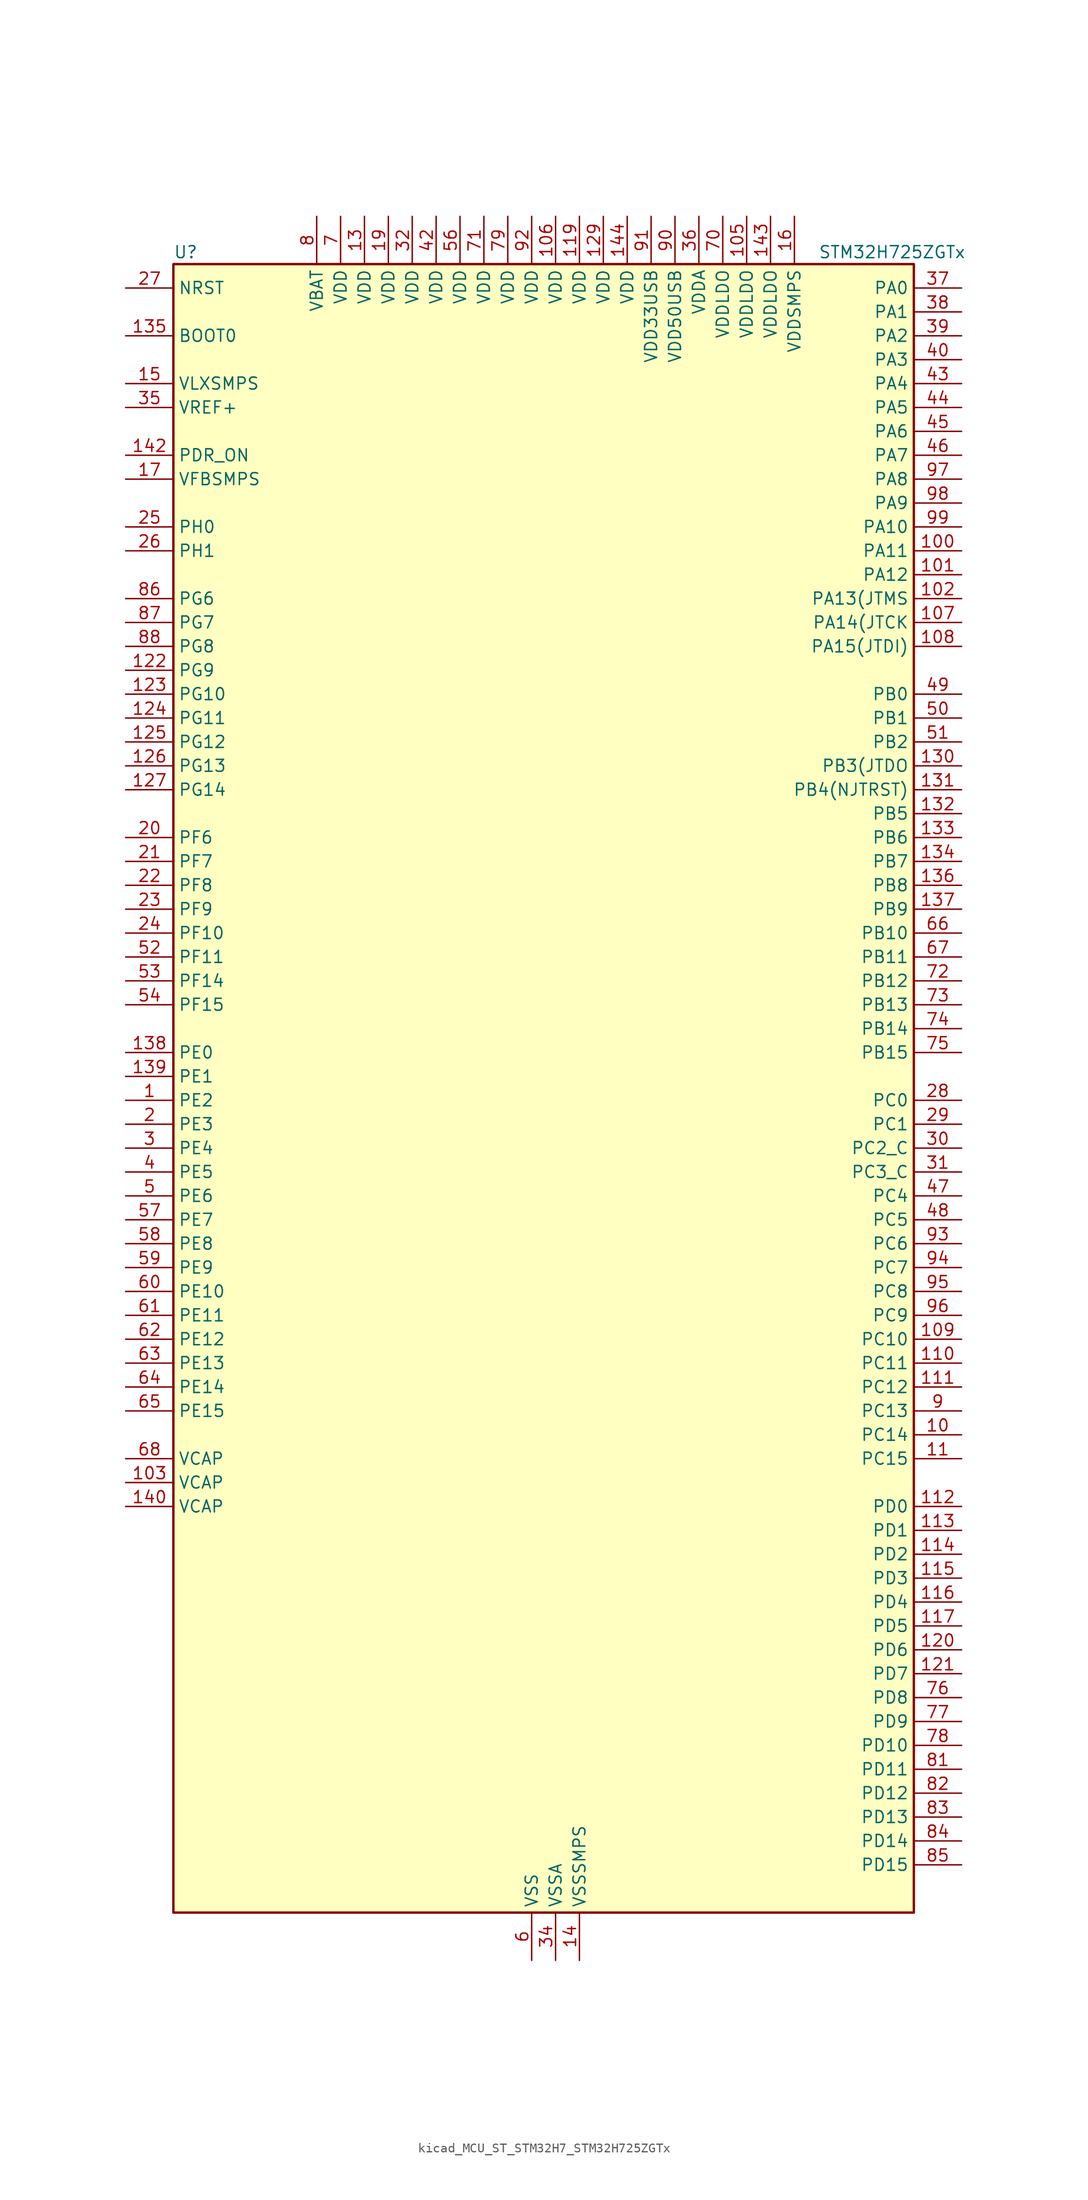
<source format=kicad_sym>
(kicad_symbol_lib
  (version 20220914)
  (generator kicad_symbol_editor)
  (symbol "kicad_MCU_ST_STM32H7_STM32H725ZGTx"
    (property "Reference" "U"
      (at -38.1 90.17 0)
      (effects (font (size 1.27 1.27)) (justify left)))
    (property "Value" "STM32H725ZGTx"
      (at 30.48 90.17 0)
      (effects (font (size 1.27 1.27)) (justify left)))
    (property "ki_locked" ""
      (at 0 0 0)
      (effects (font (size 1.27 1.27))))
    (symbol "kicad_MCU_ST_STM32H7_STM32H725ZGTx_0_1"
      (rectangle (start -38.1 -86.36) (end 40.64 88.9) (stroke (width 0.254) (type default)) (fill (type background))))
    (symbol "kicad_MCU_ST_STM32H7_STM32H725ZGTx_1_1"
      (pin bidirectional line (at -43.18 0 0) (length 5.08) (name "PE2" (effects (font (size 1.27 1.27)))) (number "1" (effects (font (size 1.27 1.27)))) (alternate "DEBUG_TRACECLK" bidirectional line) (alternate "ETH_TXD3" bidirectional line) (alternate "FMC_A23" bidirectional line) (alternate "OCTOSPIM_P1_IO2" bidirectional line) (alternate "SAI1_CK1" bidirectional line) (alternate "SAI1_MCLK_A" bidirectional line) (alternate "SAI4_CK1" bidirectional line) (alternate "SAI4_MCLK_A" bidirectional line) (alternate "SPI4_SCK" bidirectional line) (alternate "USART10_RX" bidirectional line))
      (pin bidirectional line (at 45.72 -35.56 180) (length 5.08) (name "PC14" (effects (font (size 1.27 1.27)))) (number "10" (effects (font (size 1.27 1.27)))) (alternate "RCC_OSC32_IN" bidirectional line))
      (pin bidirectional line (at 45.72 58.42 180) (length 5.08) (name "PA11" (effects (font (size 1.27 1.27)))) (number "100" (effects (font (size 1.27 1.27)))) (alternate "ADC1_EXTI11" bidirectional line) (alternate "ADC2_EXTI11" bidirectional line) (alternate "ADC3_EXTI11" bidirectional line) (alternate "FDCAN1_RX" bidirectional line) (alternate "I2S2_WS" bidirectional line) (alternate "LPUART1_CTS" bidirectional line) (alternate "LTDC_R4" bidirectional line) (alternate "SPI2_NSS" bidirectional line) (alternate "TIM1_CH4" bidirectional line) (alternate "UART4_RX" bidirectional line) (alternate "USART1_CTS" bidirectional line) (alternate "USART1_NSS" bidirectional line) (alternate "USB_OTG_HS_DM" bidirectional line))
      (pin bidirectional line (at 45.72 55.88 180) (length 5.08) (name "PA12" (effects (font (size 1.27 1.27)))) (number "101" (effects (font (size 1.27 1.27)))) (alternate "FDCAN1_TX" bidirectional line) (alternate "I2S2_CK" bidirectional line) (alternate "LPUART1_DE" bidirectional line) (alternate "LPUART1_RTS" bidirectional line) (alternate "LTDC_R5" bidirectional line) (alternate "SAI4_FS_B" bidirectional line) (alternate "SPI2_SCK" bidirectional line) (alternate "TIM1_BKIN2" bidirectional line) (alternate "TIM1_ETR" bidirectional line) (alternate "UART4_TX" bidirectional line) (alternate "USART1_DE" bidirectional line) (alternate "USART1_RTS" bidirectional line) (alternate "USB_OTG_HS_DP" bidirectional line))
      (pin bidirectional line (at 45.72 53.34 180) (length 5.08) (name "PA13(JTMS" (effects (font (size 1.27 1.27)))) (number "102" (effects (font (size 1.27 1.27)))) (alternate "DEBUG_JTMS-SWDIO" bidirectional line))
      (pin power_out line (at -43.18 -40.64 0) (length 5.08) (name "VCAP" (effects (font (size 1.27 1.27)))) (number "103" (effects (font (size 1.27 1.27)))))
      (pin passive line (at 0 -91.44 90) (length 5.08) hide (name "VSS" (effects (font (size 1.27 1.27)))) (number "104" (effects (font (size 1.27 1.27)))))
      (pin power_in line (at 22.86 93.98 270) (length 5.08) (name "VDDLDO" (effects (font (size 1.27 1.27)))) (number "105" (effects (font (size 1.27 1.27)))))
      (pin power_in line (at 2.54 93.98 270) (length 5.08) (name "VDD" (effects (font (size 1.27 1.27)))) (number "106" (effects (font (size 1.27 1.27)))))
      (pin bidirectional line (at 45.72 50.8 180) (length 5.08) (name "PA14(JTCK" (effects (font (size 1.27 1.27)))) (number "107" (effects (font (size 1.27 1.27)))) (alternate "DEBUG_JTCK-SWCLK" bidirectional line))
      (pin bidirectional line (at 45.72 48.26 180) (length 5.08) (name "PA15(JTDI)" (effects (font (size 1.27 1.27)))) (number "108" (effects (font (size 1.27 1.27)))) (alternate "ADC1_EXTI15" bidirectional line) (alternate "ADC2_EXTI15" bidirectional line) (alternate "ADC3_EXTI15" bidirectional line) (alternate "CEC" bidirectional line) (alternate "DEBUG_JTDI" bidirectional line) (alternate "I2S1_WS" bidirectional line) (alternate "I2S3_WS" bidirectional line) (alternate "I2S6_WS" bidirectional line) (alternate "LTDC_B6" bidirectional line) (alternate "LTDC_R3" bidirectional line) (alternate "SPI1_NSS" bidirectional line) (alternate "SPI3_NSS" bidirectional line) (alternate "SPI6_NSS" bidirectional line) (alternate "TIM2_CH1" bidirectional line) (alternate "TIM2_ETR" bidirectional line) (alternate "UART4_DE" bidirectional line) (alternate "UART4_RTS" bidirectional line) (alternate "UART7_TX" bidirectional line))
      (pin bidirectional line (at 45.72 -25.4 180) (length 5.08) (name "PC10" (effects (font (size 1.27 1.27)))) (number "109" (effects (font (size 1.27 1.27)))) (alternate "DCMI_D8" bidirectional line) (alternate "DFSDM1_CKIN5" bidirectional line) (alternate "I2C5_SDA" bidirectional line) (alternate "I2S3_CK" bidirectional line) (alternate "LTDC_B1" bidirectional line) (alternate "LTDC_R2" bidirectional line) (alternate "OCTOSPIM_P1_IO1" bidirectional line) (alternate "PSSI_D8" bidirectional line) (alternate "SDMMC1_D2" bidirectional line) (alternate "SPI3_SCK" bidirectional line) (alternate "SWPMI1_RX" bidirectional line) (alternate "UART4_TX" bidirectional line) (alternate "USART3_TX" bidirectional line))
      (pin bidirectional line (at 45.72 -38.1 180) (length 5.08) (name "PC15" (effects (font (size 1.27 1.27)))) (number "11" (effects (font (size 1.27 1.27)))) (alternate "ADC1_EXTI15" bidirectional line) (alternate "ADC2_EXTI15" bidirectional line) (alternate "ADC3_EXTI15" bidirectional line) (alternate "RCC_OSC32_OUT" bidirectional line))
      (pin bidirectional line (at 45.72 -27.94 180) (length 5.08) (name "PC11" (effects (font (size 1.27 1.27)))) (number "110" (effects (font (size 1.27 1.27)))) (alternate "ADC1_EXTI11" bidirectional line) (alternate "ADC2_EXTI11" bidirectional line) (alternate "ADC3_EXTI11" bidirectional line) (alternate "DCMI_D4" bidirectional line) (alternate "DFSDM1_DATIN5" bidirectional line) (alternate "I2C5_SCL" bidirectional line) (alternate "I2S3_SDI" bidirectional line) (alternate "LTDC_B4" bidirectional line) (alternate "OCTOSPIM_P1_NCS" bidirectional line) (alternate "PSSI_D4" bidirectional line) (alternate "SDMMC1_D3" bidirectional line) (alternate "SPI3_MISO" bidirectional line) (alternate "UART4_RX" bidirectional line) (alternate "USART3_RX" bidirectional line))
      (pin bidirectional line (at 45.72 -30.48 180) (length 5.08) (name "PC12" (effects (font (size 1.27 1.27)))) (number "111" (effects (font (size 1.27 1.27)))) (alternate "DCMI_D9" bidirectional line) (alternate "DEBUG_TRACED3" bidirectional line) (alternate "FMC_D6" bidirectional line) (alternate "FMC_DA6" bidirectional line) (alternate "I2C5_SMBA" bidirectional line) (alternate "I2S3_SDO" bidirectional line) (alternate "I2S6_CK" bidirectional line) (alternate "LTDC_R6" bidirectional line) (alternate "PSSI_D9" bidirectional line) (alternate "SDMMC1_CK" bidirectional line) (alternate "SPI3_MOSI" bidirectional line) (alternate "SPI6_SCK" bidirectional line) (alternate "TIM15_CH1" bidirectional line) (alternate "UART5_TX" bidirectional line) (alternate "USART3_CK" bidirectional line))
      (pin bidirectional line (at 45.72 -43.18 180) (length 5.08) (name "PD0" (effects (font (size 1.27 1.27)))) (number "112" (effects (font (size 1.27 1.27)))) (alternate "DFSDM1_CKIN6" bidirectional line) (alternate "FDCAN1_RX" bidirectional line) (alternate "FMC_D2" bidirectional line) (alternate "FMC_DA2" bidirectional line) (alternate "LTDC_B1" bidirectional line) (alternate "UART4_RX" bidirectional line) (alternate "UART9_CTS" bidirectional line))
      (pin bidirectional line (at 45.72 -45.72 180) (length 5.08) (name "PD1" (effects (font (size 1.27 1.27)))) (number "113" (effects (font (size 1.27 1.27)))) (alternate "DFSDM1_DATIN6" bidirectional line) (alternate "FDCAN1_TX" bidirectional line) (alternate "FMC_D3" bidirectional line) (alternate "FMC_DA3" bidirectional line) (alternate "UART4_TX" bidirectional line))
      (pin bidirectional line (at 45.72 -48.26 180) (length 5.08) (name "PD2" (effects (font (size 1.27 1.27)))) (number "114" (effects (font (size 1.27 1.27)))) (alternate "DCMI_D11" bidirectional line) (alternate "DEBUG_TRACED2" bidirectional line) (alternate "FMC_D7" bidirectional line) (alternate "FMC_DA7" bidirectional line) (alternate "LTDC_B2" bidirectional line) (alternate "LTDC_B7" bidirectional line) (alternate "PSSI_D11" bidirectional line) (alternate "SDMMC1_CMD" bidirectional line) (alternate "TIM15_BKIN" bidirectional line) (alternate "TIM3_ETR" bidirectional line) (alternate "UART5_RX" bidirectional line))
      (pin bidirectional line (at 45.72 -50.8 180) (length 5.08) (name "PD3" (effects (font (size 1.27 1.27)))) (number "115" (effects (font (size 1.27 1.27)))) (alternate "DCMI_D5" bidirectional line) (alternate "DFSDM1_CKOUT" bidirectional line) (alternate "FMC_CLK" bidirectional line) (alternate "I2S2_CK" bidirectional line) (alternate "LTDC_G7" bidirectional line) (alternate "PSSI_D5" bidirectional line) (alternate "SPI2_SCK" bidirectional line) (alternate "USART2_CTS" bidirectional line) (alternate "USART2_NSS" bidirectional line))
      (pin bidirectional line (at 45.72 -53.34 180) (length 5.08) (name "PD4" (effects (font (size 1.27 1.27)))) (number "116" (effects (font (size 1.27 1.27)))) (alternate "FMC_NOE" bidirectional line) (alternate "OCTOSPIM_P1_IO4" bidirectional line) (alternate "USART2_DE" bidirectional line) (alternate "USART2_RTS" bidirectional line))
      (pin bidirectional line (at 45.72 -55.88 180) (length 5.08) (name "PD5" (effects (font (size 1.27 1.27)))) (number "117" (effects (font (size 1.27 1.27)))) (alternate "FMC_NWE" bidirectional line) (alternate "OCTOSPIM_P1_IO5" bidirectional line) (alternate "USART2_TX" bidirectional line))
      (pin passive line (at 0 -91.44 90) (length 5.08) hide (name "VSS" (effects (font (size 1.27 1.27)))) (number "118" (effects (font (size 1.27 1.27)))))
      (pin power_in line (at 5.08 93.98 270) (length 5.08) (name "VDD" (effects (font (size 1.27 1.27)))) (number "119" (effects (font (size 1.27 1.27)))))
      (pin passive line (at 0 -91.44 90) (length 5.08) hide (name "VSS" (effects (font (size 1.27 1.27)))) (number "12" (effects (font (size 1.27 1.27)))))
      (pin bidirectional line (at 45.72 -58.42 180) (length 5.08) (name "PD6" (effects (font (size 1.27 1.27)))) (number "120" (effects (font (size 1.27 1.27)))) (alternate "DCMI_D10" bidirectional line) (alternate "DFSDM1_CKIN4" bidirectional line) (alternate "DFSDM1_DATIN1" bidirectional line) (alternate "FMC_NWAIT" bidirectional line) (alternate "I2S3_SDO" bidirectional line) (alternate "LTDC_B2" bidirectional line) (alternate "OCTOSPIM_P1_IO6" bidirectional line) (alternate "PSSI_D10" bidirectional line) (alternate "SAI1_D1" bidirectional line) (alternate "SAI1_SD_A" bidirectional line) (alternate "SAI4_D1" bidirectional line) (alternate "SAI4_SD_A" bidirectional line) (alternate "SDMMC2_CK" bidirectional line) (alternate "SPI3_MOSI" bidirectional line) (alternate "USART2_RX" bidirectional line))
      (pin bidirectional line (at 45.72 -60.96 180) (length 5.08) (name "PD7" (effects (font (size 1.27 1.27)))) (number "121" (effects (font (size 1.27 1.27)))) (alternate "DFSDM1_CKIN1" bidirectional line) (alternate "DFSDM1_DATIN4" bidirectional line) (alternate "FMC_NE1" bidirectional line) (alternate "I2S1_SDO" bidirectional line) (alternate "OCTOSPIM_P1_IO7" bidirectional line) (alternate "SDMMC2_CMD" bidirectional line) (alternate "SPDIFRX1_IN0" bidirectional line) (alternate "SPI1_MOSI" bidirectional line) (alternate "USART2_CK" bidirectional line))
      (pin bidirectional line (at -43.18 45.72 0) (length 5.08) (name "PG9" (effects (font (size 1.27 1.27)))) (number "122" (effects (font (size 1.27 1.27)))) (alternate "DAC1_EXTI9" bidirectional line) (alternate "DCMI_VSYNC" bidirectional line) (alternate "FDCAN3_TX" bidirectional line) (alternate "FMC_NCE" bidirectional line) (alternate "FMC_NE2" bidirectional line) (alternate "I2S1_SDI" bidirectional line) (alternate "OCTOSPIM_P1_IO6" bidirectional line) (alternate "PSSI_RDY" bidirectional line) (alternate "SAI4_FS_B" bidirectional line) (alternate "SDMMC2_D0" bidirectional line) (alternate "SPDIFRX1_IN3" bidirectional line) (alternate "SPI1_MISO" bidirectional line) (alternate "USART6_RX" bidirectional line))
      (pin bidirectional line (at -43.18 43.18 0) (length 5.08) (name "PG10" (effects (font (size 1.27 1.27)))) (number "123" (effects (font (size 1.27 1.27)))) (alternate "DCMI_D2" bidirectional line) (alternate "FDCAN3_RX" bidirectional line) (alternate "FMC_NE3" bidirectional line) (alternate "I2S1_WS" bidirectional line) (alternate "LTDC_B2" bidirectional line) (alternate "LTDC_G3" bidirectional line) (alternate "OCTOSPIM_P2_IO6" bidirectional line) (alternate "PSSI_D2" bidirectional line) (alternate "SAI4_SD_B" bidirectional line) (alternate "SDMMC2_D1" bidirectional line) (alternate "SPI1_NSS" bidirectional line))
      (pin bidirectional line (at -43.18 40.64 0) (length 5.08) (name "PG11" (effects (font (size 1.27 1.27)))) (number "124" (effects (font (size 1.27 1.27)))) (alternate "ADC1_EXTI11" bidirectional line) (alternate "ADC2_EXTI11" bidirectional line) (alternate "ADC3_EXTI11" bidirectional line) (alternate "DCMI_D3" bidirectional line) (alternate "ETH_TX_EN" bidirectional line) (alternate "I2S1_CK" bidirectional line) (alternate "LPTIM1_IN2" bidirectional line) (alternate "LTDC_B3" bidirectional line) (alternate "OCTOSPIM_P2_IO7" bidirectional line) (alternate "PSSI_D3" bidirectional line) (alternate "SDMMC2_D2" bidirectional line) (alternate "SPDIFRX1_IN0" bidirectional line) (alternate "SPI1_SCK" bidirectional line) (alternate "USART10_RX" bidirectional line))
      (pin bidirectional line (at -43.18 38.1 0) (length 5.08) (name "PG12" (effects (font (size 1.27 1.27)))) (number "125" (effects (font (size 1.27 1.27)))) (alternate "ETH_TXD1" bidirectional line) (alternate "FMC_NE4" bidirectional line) (alternate "I2S6_SDI" bidirectional line) (alternate "LPTIM1_IN1" bidirectional line) (alternate "LTDC_B1" bidirectional line) (alternate "LTDC_B4" bidirectional line) (alternate "OCTOSPIM_P2_NCS" bidirectional line) (alternate "SDMMC2_D3" bidirectional line) (alternate "SPDIFRX1_IN1" bidirectional line) (alternate "SPI6_MISO" bidirectional line) (alternate "TIM23_CH1" bidirectional line) (alternate "USART10_TX" bidirectional line) (alternate "USART6_DE" bidirectional line) (alternate "USART6_RTS" bidirectional line))
      (pin bidirectional line (at -43.18 35.56 0) (length 5.08) (name "PG13" (effects (font (size 1.27 1.27)))) (number "126" (effects (font (size 1.27 1.27)))) (alternate "DEBUG_TRACED0" bidirectional line) (alternate "ETH_TXD0" bidirectional line) (alternate "FMC_A24" bidirectional line) (alternate "I2S6_CK" bidirectional line) (alternate "LPTIM1_OUT" bidirectional line) (alternate "LTDC_R0" bidirectional line) (alternate "SDMMC2_D6" bidirectional line) (alternate "SPI6_SCK" bidirectional line) (alternate "TIM23_CH2" bidirectional line) (alternate "USART10_CTS" bidirectional line) (alternate "USART10_NSS" bidirectional line) (alternate "USART6_CTS" bidirectional line) (alternate "USART6_NSS" bidirectional line))
      (pin bidirectional line (at -43.18 33.02 0) (length 5.08) (name "PG14" (effects (font (size 1.27 1.27)))) (number "127" (effects (font (size 1.27 1.27)))) (alternate "DEBUG_TRACED1" bidirectional line) (alternate "ETH_TXD1" bidirectional line) (alternate "FMC_A25" bidirectional line) (alternate "I2S6_SDO" bidirectional line) (alternate "LPTIM1_ETR" bidirectional line) (alternate "LTDC_B0" bidirectional line) (alternate "OCTOSPIM_P1_IO7" bidirectional line) (alternate "SDMMC2_D7" bidirectional line) (alternate "SPI6_MOSI" bidirectional line) (alternate "TIM23_CH3" bidirectional line) (alternate "USART10_DE" bidirectional line) (alternate "USART10_RTS" bidirectional line) (alternate "USART6_TX" bidirectional line))
      (pin passive line (at 0 -91.44 90) (length 5.08) hide (name "VSS" (effects (font (size 1.27 1.27)))) (number "128" (effects (font (size 1.27 1.27)))))
      (pin power_in line (at 7.62 93.98 270) (length 5.08) (name "VDD" (effects (font (size 1.27 1.27)))) (number "129" (effects (font (size 1.27 1.27)))))
      (pin power_in line (at -17.78 93.98 270) (length 5.08) (name "VDD" (effects (font (size 1.27 1.27)))) (number "13" (effects (font (size 1.27 1.27)))))
      (pin bidirectional line (at 45.72 35.56 180) (length 5.08) (name "PB3(JTDO" (effects (font (size 1.27 1.27)))) (number "130" (effects (font (size 1.27 1.27)))) (alternate "CRS_SYNC" bidirectional line) (alternate "DEBUG_JTDO-SWO" bidirectional line) (alternate "I2S1_CK" bidirectional line) (alternate "I2S3_CK" bidirectional line) (alternate "I2S6_CK" bidirectional line) (alternate "SDMMC2_D2" bidirectional line) (alternate "SPI1_SCK" bidirectional line) (alternate "SPI3_SCK" bidirectional line) (alternate "SPI6_SCK" bidirectional line) (alternate "TIM24_ETR" bidirectional line) (alternate "TIM2_CH2" bidirectional line) (alternate "UART7_RX" bidirectional line))
      (pin bidirectional line (at 45.72 33.02 180) (length 5.08) (name "PB4(NJTRST)" (effects (font (size 1.27 1.27)))) (number "131" (effects (font (size 1.27 1.27)))) (alternate "DEBUG_JTRST" bidirectional line) (alternate "I2S1_SDI" bidirectional line) (alternate "I2S2_WS" bidirectional line) (alternate "I2S3_SDI" bidirectional line) (alternate "I2S6_SDI" bidirectional line) (alternate "SDMMC2_D3" bidirectional line) (alternate "SPI1_MISO" bidirectional line) (alternate "SPI2_NSS" bidirectional line) (alternate "SPI3_MISO" bidirectional line) (alternate "SPI6_MISO" bidirectional line) (alternate "TIM16_BKIN" bidirectional line) (alternate "TIM3_CH1" bidirectional line) (alternate "UART7_TX" bidirectional line))
      (pin bidirectional line (at 45.72 30.48 180) (length 5.08) (name "PB5" (effects (font (size 1.27 1.27)))) (number "132" (effects (font (size 1.27 1.27)))) (alternate "DCMI_D10" bidirectional line) (alternate "ETH_PPS_OUT" bidirectional line) (alternate "FDCAN2_RX" bidirectional line) (alternate "FMC_SDCKE1" bidirectional line) (alternate "I2C1_SMBA" bidirectional line) (alternate "I2C4_SMBA" bidirectional line) (alternate "I2S1_SDO" bidirectional line) (alternate "I2S3_SDO" bidirectional line) (alternate "I2S6_SDO" bidirectional line) (alternate "LTDC_B5" bidirectional line) (alternate "PSSI_D10" bidirectional line) (alternate "SPI1_MOSI" bidirectional line) (alternate "SPI3_MOSI" bidirectional line) (alternate "SPI6_MOSI" bidirectional line) (alternate "TIM17_BKIN" bidirectional line) (alternate "TIM3_CH2" bidirectional line) (alternate "UART5_RX" bidirectional line) (alternate "USB_OTG_HS_ULPI_D7" bidirectional line))
      (pin bidirectional line (at 45.72 27.94 180) (length 5.08) (name "PB6" (effects (font (size 1.27 1.27)))) (number "133" (effects (font (size 1.27 1.27)))) (alternate "CEC" bidirectional line) (alternate "DCMI_D5" bidirectional line) (alternate "DFSDM1_DATIN5" bidirectional line) (alternate "FDCAN2_TX" bidirectional line) (alternate "FMC_SDNE1" bidirectional line) (alternate "I2C1_SCL" bidirectional line) (alternate "I2C4_SCL" bidirectional line) (alternate "LPUART1_TX" bidirectional line) (alternate "OCTOSPIM_P1_NCS" bidirectional line) (alternate "PSSI_D5" bidirectional line) (alternate "TIM16_CH1N" bidirectional line) (alternate "TIM4_CH1" bidirectional line) (alternate "UART5_TX" bidirectional line) (alternate "USART1_TX" bidirectional line))
      (pin bidirectional line (at 45.72 25.4 180) (length 5.08) (name "PB7" (effects (font (size 1.27 1.27)))) (number "134" (effects (font (size 1.27 1.27)))) (alternate "DCMI_VSYNC" bidirectional line) (alternate "DFSDM1_CKIN5" bidirectional line) (alternate "FMC_NL" bidirectional line) (alternate "I2C1_SDA" bidirectional line) (alternate "I2C4_SDA" bidirectional line) (alternate "LPUART1_RX" bidirectional line) (alternate "PSSI_RDY" bidirectional line) (alternate "PWR_PVD_IN" bidirectional line) (alternate "TIM17_CH1N" bidirectional line) (alternate "TIM4_CH2" bidirectional line) (alternate "USART1_RX" bidirectional line))
      (pin input line (at -43.18 81.28 0) (length 5.08) (name "BOOT0" (effects (font (size 1.27 1.27)))) (number "135" (effects (font (size 1.27 1.27)))))
      (pin bidirectional line (at 45.72 22.86 180) (length 5.08) (name "PB8" (effects (font (size 1.27 1.27)))) (number "136" (effects (font (size 1.27 1.27)))) (alternate "DCMI_D6" bidirectional line) (alternate "DFSDM1_CKIN7" bidirectional line) (alternate "ETH_TXD3" bidirectional line) (alternate "FDCAN1_RX" bidirectional line) (alternate "I2C1_SCL" bidirectional line) (alternate "I2C4_SCL" bidirectional line) (alternate "LTDC_B6" bidirectional line) (alternate "PSSI_D6" bidirectional line) (alternate "SDMMC1_CKIN" bidirectional line) (alternate "SDMMC1_D4" bidirectional line) (alternate "SDMMC2_D4" bidirectional line) (alternate "TIM16_CH1" bidirectional line) (alternate "TIM4_CH3" bidirectional line) (alternate "UART4_RX" bidirectional line))
      (pin bidirectional line (at 45.72 20.32 180) (length 5.08) (name "PB9" (effects (font (size 1.27 1.27)))) (number "137" (effects (font (size 1.27 1.27)))) (alternate "DAC1_EXTI9" bidirectional line) (alternate "DCMI_D7" bidirectional line) (alternate "DFSDM1_DATIN7" bidirectional line) (alternate "FDCAN1_TX" bidirectional line) (alternate "I2C1_SDA" bidirectional line) (alternate "I2C4_SDA" bidirectional line) (alternate "I2C4_SMBA" bidirectional line) (alternate "I2S2_WS" bidirectional line) (alternate "LTDC_B7" bidirectional line) (alternate "PSSI_D7" bidirectional line) (alternate "SDMMC1_CDIR" bidirectional line) (alternate "SDMMC1_D5" bidirectional line) (alternate "SDMMC2_D5" bidirectional line) (alternate "SPI2_NSS" bidirectional line) (alternate "TIM17_CH1" bidirectional line) (alternate "TIM4_CH4" bidirectional line) (alternate "UART4_TX" bidirectional line))
      (pin bidirectional line (at -43.18 5.08 0) (length 5.08) (name "PE0" (effects (font (size 1.27 1.27)))) (number "138" (effects (font (size 1.27 1.27)))) (alternate "DCMI_D2" bidirectional line) (alternate "FMC_NBL0" bidirectional line) (alternate "LPTIM1_ETR" bidirectional line) (alternate "LPTIM2_ETR" bidirectional line) (alternate "LTDC_R0" bidirectional line) (alternate "PSSI_D2" bidirectional line) (alternate "SAI4_MCLK_A" bidirectional line) (alternate "TIM4_ETR" bidirectional line) (alternate "UART8_RX" bidirectional line))
      (pin bidirectional line (at -43.18 2.54 0) (length 5.08) (name "PE1" (effects (font (size 1.27 1.27)))) (number "139" (effects (font (size 1.27 1.27)))) (alternate "DCMI_D3" bidirectional line) (alternate "FMC_NBL1" bidirectional line) (alternate "LPTIM1_IN2" bidirectional line) (alternate "LTDC_R6" bidirectional line) (alternate "PSSI_D3" bidirectional line) (alternate "UART8_TX" bidirectional line))
      (pin power_in line (at 5.08 -91.44 90) (length 5.08) (name "VSSSMPS" (effects (font (size 1.27 1.27)))) (number "14" (effects (font (size 1.27 1.27)))))
      (pin power_out line (at -43.18 -43.18 0) (length 5.08) (name "VCAP" (effects (font (size 1.27 1.27)))) (number "140" (effects (font (size 1.27 1.27)))))
      (pin passive line (at 0 -91.44 90) (length 5.08) hide (name "VSS" (effects (font (size 1.27 1.27)))) (number "141" (effects (font (size 1.27 1.27)))))
      (pin input line (at -43.18 68.58 0) (length 5.08) (name "PDR_ON" (effects (font (size 1.27 1.27)))) (number "142" (effects (font (size 1.27 1.27)))))
      (pin power_in line (at 25.4 93.98 270) (length 5.08) (name "VDDLDO" (effects (font (size 1.27 1.27)))) (number "143" (effects (font (size 1.27 1.27)))))
      (pin power_in line (at 10.16 93.98 270) (length 5.08) (name "VDD" (effects (font (size 1.27 1.27)))) (number "144" (effects (font (size 1.27 1.27)))))
      (pin power_in line (at -43.18 76.2 0) (length 5.08) (name "VLXSMPS" (effects (font (size 1.27 1.27)))) (number "15" (effects (font (size 1.27 1.27)))))
      (pin power_in line (at 27.94 93.98 270) (length 5.08) (name "VDDSMPS" (effects (font (size 1.27 1.27)))) (number "16" (effects (font (size 1.27 1.27)))))
      (pin input line (at -43.18 66.04 0) (length 5.08) (name "VFBSMPS" (effects (font (size 1.27 1.27)))) (number "17" (effects (font (size 1.27 1.27)))))
      (pin passive line (at 0 -91.44 90) (length 5.08) hide (name "VSS" (effects (font (size 1.27 1.27)))) (number "18" (effects (font (size 1.27 1.27)))))
      (pin power_in line (at -15.24 93.98 270) (length 5.08) (name "VDD" (effects (font (size 1.27 1.27)))) (number "19" (effects (font (size 1.27 1.27)))))
      (pin bidirectional line (at -43.18 -2.54 0) (length 5.08) (name "PE3" (effects (font (size 1.27 1.27)))) (number "2" (effects (font (size 1.27 1.27)))) (alternate "DEBUG_TRACED0" bidirectional line) (alternate "FMC_A19" bidirectional line) (alternate "SAI1_SD_B" bidirectional line) (alternate "SAI4_SD_B" bidirectional line) (alternate "TIM15_BKIN" bidirectional line) (alternate "USART10_TX" bidirectional line))
      (pin bidirectional line (at -43.18 27.94 0) (length 5.08) (name "PF6" (effects (font (size 1.27 1.27)))) (number "20" (effects (font (size 1.27 1.27)))) (alternate "ADC3_INN4" bidirectional line) (alternate "ADC3_INP8" bidirectional line) (alternate "FDCAN3_RX" bidirectional line) (alternate "OCTOSPIM_P1_IO3" bidirectional line) (alternate "SAI1_SD_B" bidirectional line) (alternate "SAI4_SD_B" bidirectional line) (alternate "SPI5_NSS" bidirectional line) (alternate "TIM16_CH1" bidirectional line) (alternate "TIM23_CH1" bidirectional line) (alternate "UART7_RX" bidirectional line))
      (pin bidirectional line (at -43.18 25.4 0) (length 5.08) (name "PF7" (effects (font (size 1.27 1.27)))) (number "21" (effects (font (size 1.27 1.27)))) (alternate "ADC3_INP3" bidirectional line) (alternate "FDCAN3_TX" bidirectional line) (alternate "OCTOSPIM_P1_IO2" bidirectional line) (alternate "SAI1_MCLK_B" bidirectional line) (alternate "SAI4_MCLK_B" bidirectional line) (alternate "SPI5_SCK" bidirectional line) (alternate "TIM17_CH1" bidirectional line) (alternate "TIM23_CH2" bidirectional line) (alternate "UART7_TX" bidirectional line))
      (pin bidirectional line (at -43.18 22.86 0) (length 5.08) (name "PF8" (effects (font (size 1.27 1.27)))) (number "22" (effects (font (size 1.27 1.27)))) (alternate "ADC3_INN3" bidirectional line) (alternate "ADC3_INP7" bidirectional line) (alternate "OCTOSPIM_P1_IO0" bidirectional line) (alternate "SAI1_SCK_B" bidirectional line) (alternate "SAI4_SCK_B" bidirectional line) (alternate "SPI5_MISO" bidirectional line) (alternate "TIM13_CH1" bidirectional line) (alternate "TIM16_CH1N" bidirectional line) (alternate "TIM23_CH3" bidirectional line) (alternate "UART7_DE" bidirectional line) (alternate "UART7_RTS" bidirectional line))
      (pin bidirectional line (at -43.18 20.32 0) (length 5.08) (name "PF9" (effects (font (size 1.27 1.27)))) (number "23" (effects (font (size 1.27 1.27)))) (alternate "ADC3_INP2" bidirectional line) (alternate "DAC1_EXTI9" bidirectional line) (alternate "OCTOSPIM_P1_IO1" bidirectional line) (alternate "SAI1_FS_B" bidirectional line) (alternate "SAI4_FS_B" bidirectional line) (alternate "SPI5_MOSI" bidirectional line) (alternate "TIM14_CH1" bidirectional line) (alternate "TIM17_CH1N" bidirectional line) (alternate "TIM23_CH4" bidirectional line) (alternate "UART7_CTS" bidirectional line))
      (pin bidirectional line (at -43.18 17.78 0) (length 5.08) (name "PF10" (effects (font (size 1.27 1.27)))) (number "24" (effects (font (size 1.27 1.27)))) (alternate "ADC3_INN2" bidirectional line) (alternate "ADC3_INP6" bidirectional line) (alternate "DCMI_D11" bidirectional line) (alternate "LTDC_DE" bidirectional line) (alternate "OCTOSPIM_P1_CLK" bidirectional line) (alternate "PSSI_D11" bidirectional line) (alternate "PSSI_D15" bidirectional line) (alternate "SAI1_D3" bidirectional line) (alternate "SAI4_D3" bidirectional line) (alternate "TIM16_BKIN" bidirectional line))
      (pin bidirectional line (at -43.18 60.96 0) (length 5.08) (name "PH0" (effects (font (size 1.27 1.27)))) (number "25" (effects (font (size 1.27 1.27)))) (alternate "RCC_OSC_IN" bidirectional line))
      (pin bidirectional line (at -43.18 58.42 0) (length 5.08) (name "PH1" (effects (font (size 1.27 1.27)))) (number "26" (effects (font (size 1.27 1.27)))) (alternate "RCC_OSC_OUT" bidirectional line))
      (pin input line (at -43.18 86.36 0) (length 5.08) (name "NRST" (effects (font (size 1.27 1.27)))) (number "27" (effects (font (size 1.27 1.27)))))
      (pin bidirectional line (at 45.72 0 180) (length 5.08) (name "PC0" (effects (font (size 1.27 1.27)))) (number "28" (effects (font (size 1.27 1.27)))) (alternate "ADC1_INP10" bidirectional line) (alternate "ADC2_INP10" bidirectional line) (alternate "ADC3_INP10" bidirectional line) (alternate "DFSDM1_CKIN0" bidirectional line) (alternate "DFSDM1_DATIN4" bidirectional line) (alternate "FMC_A25" bidirectional line) (alternate "FMC_D12" bidirectional line) (alternate "FMC_DA12" bidirectional line) (alternate "FMC_SDNWE" bidirectional line) (alternate "LTDC_G2" bidirectional line) (alternate "LTDC_R5" bidirectional line) (alternate "SAI4_FS_B" bidirectional line) (alternate "USB_OTG_HS_ULPI_STP" bidirectional line))
      (pin bidirectional line (at 45.72 -2.54 180) (length 5.08) (name "PC1" (effects (font (size 1.27 1.27)))) (number "29" (effects (font (size 1.27 1.27)))) (alternate "ADC1_INN10" bidirectional line) (alternate "ADC1_INP11" bidirectional line) (alternate "ADC2_INN10" bidirectional line) (alternate "ADC2_INP11" bidirectional line) (alternate "ADC3_INN10" bidirectional line) (alternate "ADC3_INP11" bidirectional line) (alternate "DEBUG_TRACED0" bidirectional line) (alternate "DFSDM1_CKIN4" bidirectional line) (alternate "DFSDM1_DATIN0" bidirectional line) (alternate "ETH_MDC" bidirectional line) (alternate "I2S2_SDO" bidirectional line) (alternate "LTDC_G5" bidirectional line) (alternate "MDIOS_MDC" bidirectional line) (alternate "OCTOSPIM_P1_IO4" bidirectional line) (alternate "PWR_WKUP6" bidirectional line) (alternate "RTC_TAMP3" bidirectional line) (alternate "SAI1_D1" bidirectional line) (alternate "SAI1_SD_A" bidirectional line) (alternate "SAI4_D1" bidirectional line) (alternate "SAI4_SD_A" bidirectional line) (alternate "SDMMC2_CK" bidirectional line) (alternate "SPI2_MOSI" bidirectional line))
      (pin bidirectional line (at -43.18 -5.08 0) (length 5.08) (name "PE4" (effects (font (size 1.27 1.27)))) (number "3" (effects (font (size 1.27 1.27)))) (alternate "DCMI_D4" bidirectional line) (alternate "DEBUG_TRACED1" bidirectional line) (alternate "DFSDM1_DATIN3" bidirectional line) (alternate "FMC_A20" bidirectional line) (alternate "LTDC_B0" bidirectional line) (alternate "PSSI_D4" bidirectional line) (alternate "SAI1_D2" bidirectional line) (alternate "SAI1_FS_A" bidirectional line) (alternate "SAI4_D2" bidirectional line) (alternate "SAI4_FS_A" bidirectional line) (alternate "SPI4_NSS" bidirectional line) (alternate "TIM15_CH1N" bidirectional line))
      (pin bidirectional line (at 45.72 -5.08 180) (length 5.08) (name "PC2_C" (effects (font (size 1.27 1.27)))) (number "30" (effects (font (size 1.27 1.27)))) (alternate "ADC3_INN1" bidirectional line) (alternate "ADC3_INP0" bidirectional line) (alternate "DFSDM1_CKIN1" bidirectional line) (alternate "DFSDM1_CKOUT" bidirectional line) (alternate "ETH_TXD2" bidirectional line) (alternate "FMC_SDNE0" bidirectional line) (alternate "I2S2_SDI" bidirectional line) (alternate "OCTOSPIM_P1_IO2" bidirectional line) (alternate "OCTOSPIM_P1_IO5" bidirectional line) (alternate "PWR_CSTOP" bidirectional line) (alternate "SPI2_MISO" bidirectional line) (alternate "USB_OTG_HS_ULPI_DIR" bidirectional line))
      (pin bidirectional line (at 45.72 -7.62 180) (length 5.08) (name "PC3_C" (effects (font (size 1.27 1.27)))) (number "31" (effects (font (size 1.27 1.27)))) (alternate "ADC3_INP1" bidirectional line) (alternate "DFSDM1_DATIN1" bidirectional line) (alternate "ETH_TX_CLK" bidirectional line) (alternate "FMC_SDCKE0" bidirectional line) (alternate "I2S2_SDO" bidirectional line) (alternate "OCTOSPIM_P1_IO0" bidirectional line) (alternate "OCTOSPIM_P1_IO6" bidirectional line) (alternate "PWR_CSLEEP" bidirectional line) (alternate "SPI2_MOSI" bidirectional line) (alternate "USB_OTG_HS_ULPI_NXT" bidirectional line))
      (pin power_in line (at -12.7 93.98 270) (length 5.08) (name "VDD" (effects (font (size 1.27 1.27)))) (number "32" (effects (font (size 1.27 1.27)))))
      (pin passive line (at 0 -91.44 90) (length 5.08) hide (name "VSS" (effects (font (size 1.27 1.27)))) (number "33" (effects (font (size 1.27 1.27)))))
      (pin power_in line (at 2.54 -91.44 90) (length 5.08) (name "VSSA" (effects (font (size 1.27 1.27)))) (number "34" (effects (font (size 1.27 1.27)))))
      (pin input line (at -43.18 73.66 0) (length 5.08) (name "VREF+" (effects (font (size 1.27 1.27)))) (number "35" (effects (font (size 1.27 1.27)))) (alternate "VREFBUF_OUT" bidirectional line))
      (pin power_in line (at 17.78 93.98 270) (length 5.08) (name "VDDA" (effects (font (size 1.27 1.27)))) (number "36" (effects (font (size 1.27 1.27)))))
      (pin bidirectional line (at 45.72 86.36 180) (length 5.08) (name "PA0" (effects (font (size 1.27 1.27)))) (number "37" (effects (font (size 1.27 1.27)))) (alternate "ADC1_INP16" bidirectional line) (alternate "ETH_CRS" bidirectional line) (alternate "FMC_A19" bidirectional line) (alternate "I2S6_WS" bidirectional line) (alternate "PWR_WKUP1" bidirectional line) (alternate "SAI4_SD_B" bidirectional line) (alternate "SDMMC2_CMD" bidirectional line) (alternate "SPI6_NSS" bidirectional line) (alternate "TIM15_BKIN" bidirectional line) (alternate "TIM2_CH1" bidirectional line) (alternate "TIM2_ETR" bidirectional line) (alternate "TIM5_CH1" bidirectional line) (alternate "TIM8_ETR" bidirectional line) (alternate "UART4_TX" bidirectional line) (alternate "USART2_CTS" bidirectional line) (alternate "USART2_NSS" bidirectional line))
      (pin bidirectional line (at 45.72 83.82 180) (length 5.08) (name "PA1" (effects (font (size 1.27 1.27)))) (number "38" (effects (font (size 1.27 1.27)))) (alternate "ADC1_INN16" bidirectional line) (alternate "ADC1_INP17" bidirectional line) (alternate "ETH_REF_CLK" bidirectional line) (alternate "ETH_RX_CLK" bidirectional line) (alternate "LPTIM3_OUT" bidirectional line) (alternate "LTDC_R2" bidirectional line) (alternate "OCTOSPIM_P1_DQS" bidirectional line) (alternate "OCTOSPIM_P1_IO3" bidirectional line) (alternate "SAI4_MCLK_B" bidirectional line) (alternate "TIM15_CH1N" bidirectional line) (alternate "TIM2_CH2" bidirectional line) (alternate "TIM5_CH2" bidirectional line) (alternate "UART4_RX" bidirectional line) (alternate "USART2_DE" bidirectional line) (alternate "USART2_RTS" bidirectional line))
      (pin bidirectional line (at 45.72 81.28 180) (length 5.08) (name "PA2" (effects (font (size 1.27 1.27)))) (number "39" (effects (font (size 1.27 1.27)))) (alternate "ADC1_INP14" bidirectional line) (alternate "ADC2_INP14" bidirectional line) (alternate "ETH_MDIO" bidirectional line) (alternate "LPTIM4_OUT" bidirectional line) (alternate "LTDC_R1" bidirectional line) (alternate "MDIOS_MDIO" bidirectional line) (alternate "OCTOSPIM_P1_IO0" bidirectional line) (alternate "PWR_WKUP2" bidirectional line) (alternate "SAI4_SCK_B" bidirectional line) (alternate "TIM15_CH1" bidirectional line) (alternate "TIM2_CH3" bidirectional line) (alternate "TIM5_CH3" bidirectional line) (alternate "USART2_TX" bidirectional line))
      (pin bidirectional line (at -43.18 -7.62 0) (length 5.08) (name "PE5" (effects (font (size 1.27 1.27)))) (number "4" (effects (font (size 1.27 1.27)))) (alternate "DCMI_D6" bidirectional line) (alternate "DEBUG_TRACED2" bidirectional line) (alternate "DFSDM1_CKIN3" bidirectional line) (alternate "FMC_A21" bidirectional line) (alternate "LTDC_G0" bidirectional line) (alternate "PSSI_D6" bidirectional line) (alternate "SAI1_CK2" bidirectional line) (alternate "SAI1_SCK_A" bidirectional line) (alternate "SAI4_CK2" bidirectional line) (alternate "SAI4_SCK_A" bidirectional line) (alternate "SPI4_MISO" bidirectional line) (alternate "TIM15_CH1" bidirectional line))
      (pin bidirectional line (at 45.72 78.74 180) (length 5.08) (name "PA3" (effects (font (size 1.27 1.27)))) (number "40" (effects (font (size 1.27 1.27)))) (alternate "ADC1_INP15" bidirectional line) (alternate "ADC2_INP15" bidirectional line) (alternate "ETH_COL" bidirectional line) (alternate "I2S6_MCK" bidirectional line) (alternate "LPTIM5_OUT" bidirectional line) (alternate "LTDC_B2" bidirectional line) (alternate "LTDC_B5" bidirectional line) (alternate "OCTOSPIM_P1_CLK" bidirectional line) (alternate "OCTOSPIM_P1_IO2" bidirectional line) (alternate "TIM15_CH2" bidirectional line) (alternate "TIM2_CH4" bidirectional line) (alternate "TIM5_CH4" bidirectional line) (alternate "USART2_RX" bidirectional line) (alternate "USB_OTG_HS_ULPI_D0" bidirectional line))
      (pin passive line (at 0 -91.44 90) (length 5.08) hide (name "VSS" (effects (font (size 1.27 1.27)))) (number "41" (effects (font (size 1.27 1.27)))))
      (pin power_in line (at -10.16 93.98 270) (length 5.08) (name "VDD" (effects (font (size 1.27 1.27)))) (number "42" (effects (font (size 1.27 1.27)))))
      (pin bidirectional line (at 45.72 76.2 180) (length 5.08) (name "PA4" (effects (font (size 1.27 1.27)))) (number "43" (effects (font (size 1.27 1.27)))) (alternate "ADC1_INP18" bidirectional line) (alternate "ADC2_INP18" bidirectional line) (alternate "DAC1_OUT1" bidirectional line) (alternate "DCMI_HSYNC" bidirectional line) (alternate "FMC_D8" bidirectional line) (alternate "FMC_DA8" bidirectional line) (alternate "I2S1_WS" bidirectional line) (alternate "I2S3_WS" bidirectional line) (alternate "I2S6_WS" bidirectional line) (alternate "LTDC_VSYNC" bidirectional line) (alternate "PSSI_DE" bidirectional line) (alternate "SPI1_NSS" bidirectional line) (alternate "SPI3_NSS" bidirectional line) (alternate "SPI6_NSS" bidirectional line) (alternate "TIM5_ETR" bidirectional line) (alternate "USART2_CK" bidirectional line))
      (pin bidirectional line (at 45.72 73.66 180) (length 5.08) (name "PA5" (effects (font (size 1.27 1.27)))) (number "44" (effects (font (size 1.27 1.27)))) (alternate "ADC1_INN18" bidirectional line) (alternate "ADC1_INP19" bidirectional line) (alternate "ADC2_INN18" bidirectional line) (alternate "ADC2_INP19" bidirectional line) (alternate "DAC1_OUT2" bidirectional line) (alternate "FMC_D9" bidirectional line) (alternate "FMC_DA9" bidirectional line) (alternate "I2S1_CK" bidirectional line) (alternate "I2S6_CK" bidirectional line) (alternate "LTDC_R4" bidirectional line) (alternate "PSSI_D14" bidirectional line) (alternate "PWR_NDSTOP2" bidirectional line) (alternate "SPI1_SCK" bidirectional line) (alternate "SPI6_SCK" bidirectional line) (alternate "TIM2_CH1" bidirectional line) (alternate "TIM2_ETR" bidirectional line) (alternate "TIM8_CH1N" bidirectional line) (alternate "USB_OTG_HS_ULPI_CK" bidirectional line))
      (pin bidirectional line (at 45.72 71.12 180) (length 5.08) (name "PA6" (effects (font (size 1.27 1.27)))) (number "45" (effects (font (size 1.27 1.27)))) (alternate "ADC1_INP3" bidirectional line) (alternate "ADC2_INP3" bidirectional line) (alternate "DCMI_PIXCLK" bidirectional line) (alternate "I2S1_SDI" bidirectional line) (alternate "I2S6_SDI" bidirectional line) (alternate "LTDC_G2" bidirectional line) (alternate "MDIOS_MDC" bidirectional line) (alternate "OCTOSPIM_P1_IO3" bidirectional line) (alternate "PSSI_PDCK" bidirectional line) (alternate "SPI1_MISO" bidirectional line) (alternate "SPI6_MISO" bidirectional line) (alternate "TIM13_CH1" bidirectional line) (alternate "TIM1_BKIN" bidirectional line) (alternate "TIM1_BKIN_COMP1" bidirectional line) (alternate "TIM1_BKIN_COMP2" bidirectional line) (alternate "TIM3_CH1" bidirectional line) (alternate "TIM8_BKIN" bidirectional line) (alternate "TIM8_BKIN_COMP1" bidirectional line) (alternate "TIM8_BKIN_COMP2" bidirectional line))
      (pin bidirectional line (at 45.72 68.58 180) (length 5.08) (name "PA7" (effects (font (size 1.27 1.27)))) (number "46" (effects (font (size 1.27 1.27)))) (alternate "ADC1_INN3" bidirectional line) (alternate "ADC1_INP7" bidirectional line) (alternate "ADC2_INN3" bidirectional line) (alternate "ADC2_INP7" bidirectional line) (alternate "ETH_CRS_DV" bidirectional line) (alternate "ETH_RX_DV" bidirectional line) (alternate "FMC_SDNWE" bidirectional line) (alternate "I2S1_SDO" bidirectional line) (alternate "I2S6_SDO" bidirectional line) (alternate "LTDC_VSYNC" bidirectional line) (alternate "OCTOSPIM_P1_IO2" bidirectional line) (alternate "OPAMP1_VINM" bidirectional line) (alternate "SPI1_MOSI" bidirectional line) (alternate "SPI6_MOSI" bidirectional line) (alternate "TIM14_CH1" bidirectional line) (alternate "TIM1_CH1N" bidirectional line) (alternate "TIM3_CH2" bidirectional line) (alternate "TIM8_CH1N" bidirectional line))
      (pin bidirectional line (at 45.72 -10.16 180) (length 5.08) (name "PC4" (effects (font (size 1.27 1.27)))) (number "47" (effects (font (size 1.27 1.27)))) (alternate "ADC1_INP4" bidirectional line) (alternate "ADC2_INP4" bidirectional line) (alternate "COMP1_INM" bidirectional line) (alternate "DFSDM1_CKIN2" bidirectional line) (alternate "ETH_RXD0" bidirectional line) (alternate "FMC_A22" bidirectional line) (alternate "FMC_SDNE0" bidirectional line) (alternate "I2S1_MCK" bidirectional line) (alternate "LTDC_R7" bidirectional line) (alternate "OPAMP1_VOUT" bidirectional line) (alternate "SDMMC2_CKIN" bidirectional line) (alternate "SPDIFRX1_IN2" bidirectional line))
      (pin bidirectional line (at 45.72 -12.7 180) (length 5.08) (name "PC5" (effects (font (size 1.27 1.27)))) (number "48" (effects (font (size 1.27 1.27)))) (alternate "ADC1_INN4" bidirectional line) (alternate "ADC1_INP8" bidirectional line) (alternate "ADC2_INN4" bidirectional line) (alternate "ADC2_INP8" bidirectional line) (alternate "COMP1_OUT" bidirectional line) (alternate "DFSDM1_DATIN2" bidirectional line) (alternate "ETH_RXD1" bidirectional line) (alternate "FMC_SDCKE0" bidirectional line) (alternate "LTDC_DE" bidirectional line) (alternate "OCTOSPIM_P1_DQS" bidirectional line) (alternate "OPAMP1_VINM" bidirectional line) (alternate "PSSI_D15" bidirectional line) (alternate "SAI1_D3" bidirectional line) (alternate "SAI4_D3" bidirectional line) (alternate "SPDIFRX1_IN3" bidirectional line))
      (pin bidirectional line (at 45.72 43.18 180) (length 5.08) (name "PB0" (effects (font (size 1.27 1.27)))) (number "49" (effects (font (size 1.27 1.27)))) (alternate "ADC1_INN5" bidirectional line) (alternate "ADC1_INP9" bidirectional line) (alternate "ADC2_INN5" bidirectional line) (alternate "ADC2_INP9" bidirectional line) (alternate "COMP1_INP" bidirectional line) (alternate "DFSDM1_CKOUT" bidirectional line) (alternate "ETH_RXD2" bidirectional line) (alternate "LTDC_G1" bidirectional line) (alternate "LTDC_R3" bidirectional line) (alternate "OCTOSPIM_P1_IO1" bidirectional line) (alternate "OPAMP1_VINP" bidirectional line) (alternate "TIM1_CH2N" bidirectional line) (alternate "TIM3_CH3" bidirectional line) (alternate "TIM8_CH2N" bidirectional line) (alternate "UART4_CTS" bidirectional line) (alternate "USB_OTG_HS_ULPI_D1" bidirectional line))
      (pin bidirectional line (at -43.18 -10.16 0) (length 5.08) (name "PE6" (effects (font (size 1.27 1.27)))) (number "5" (effects (font (size 1.27 1.27)))) (alternate "DCMI_D7" bidirectional line) (alternate "DEBUG_TRACED3" bidirectional line) (alternate "FMC_A22" bidirectional line) (alternate "LTDC_G1" bidirectional line) (alternate "PSSI_D7" bidirectional line) (alternate "SAI1_D1" bidirectional line) (alternate "SAI1_SD_A" bidirectional line) (alternate "SAI4_D1" bidirectional line) (alternate "SAI4_MCLK_B" bidirectional line) (alternate "SAI4_SD_A" bidirectional line) (alternate "SPI4_MOSI" bidirectional line) (alternate "TIM15_CH2" bidirectional line) (alternate "TIM1_BKIN2" bidirectional line) (alternate "TIM1_BKIN2_COMP1" bidirectional line) (alternate "TIM1_BKIN2_COMP2" bidirectional line))
      (pin bidirectional line (at 45.72 40.64 180) (length 5.08) (name "PB1" (effects (font (size 1.27 1.27)))) (number "50" (effects (font (size 1.27 1.27)))) (alternate "ADC1_INP5" bidirectional line) (alternate "ADC2_INP5" bidirectional line) (alternate "COMP1_INM" bidirectional line) (alternate "DFSDM1_DATIN1" bidirectional line) (alternate "ETH_RXD3" bidirectional line) (alternate "LTDC_G0" bidirectional line) (alternate "LTDC_R6" bidirectional line) (alternate "OCTOSPIM_P1_IO0" bidirectional line) (alternate "TIM1_CH3N" bidirectional line) (alternate "TIM3_CH4" bidirectional line) (alternate "TIM8_CH3N" bidirectional line) (alternate "USB_OTG_HS_ULPI_D2" bidirectional line))
      (pin bidirectional line (at 45.72 38.1 180) (length 5.08) (name "PB2" (effects (font (size 1.27 1.27)))) (number "51" (effects (font (size 1.27 1.27)))) (alternate "COMP1_INP" bidirectional line) (alternate "DFSDM1_CKIN1" bidirectional line) (alternate "ETH_TX_ER" bidirectional line) (alternate "I2S3_SDO" bidirectional line) (alternate "OCTOSPIM_P1_CLK" bidirectional line) (alternate "OCTOSPIM_P1_DQS" bidirectional line) (alternate "RTC_OUT_ALARM" bidirectional line) (alternate "RTC_OUT_CALIB" bidirectional line) (alternate "SAI1_D1" bidirectional line) (alternate "SAI1_SD_A" bidirectional line) (alternate "SAI4_D1" bidirectional line) (alternate "SAI4_SD_A" bidirectional line) (alternate "SPI3_MOSI" bidirectional line) (alternate "TIM23_ETR" bidirectional line))
      (pin bidirectional line (at -43.18 15.24 0) (length 5.08) (name "PF11" (effects (font (size 1.27 1.27)))) (number "52" (effects (font (size 1.27 1.27)))) (alternate "ADC1_EXTI11" bidirectional line) (alternate "ADC1_INP2" bidirectional line) (alternate "ADC2_EXTI11" bidirectional line) (alternate "ADC3_EXTI11" bidirectional line) (alternate "DCMI_D12" bidirectional line) (alternate "FMC_SDNRAS" bidirectional line) (alternate "OCTOSPIM_P1_NCLK" bidirectional line) (alternate "PSSI_D12" bidirectional line) (alternate "SAI4_SD_B" bidirectional line) (alternate "SPI5_MOSI" bidirectional line) (alternate "TIM24_CH1" bidirectional line))
      (pin bidirectional line (at -43.18 12.7 0) (length 5.08) (name "PF14" (effects (font (size 1.27 1.27)))) (number "53" (effects (font (size 1.27 1.27)))) (alternate "ADC2_INN2" bidirectional line) (alternate "ADC2_INP6" bidirectional line) (alternate "DFSDM1_CKIN6" bidirectional line) (alternate "FMC_A8" bidirectional line) (alternate "I2C4_SCL" bidirectional line) (alternate "TIM24_CH4" bidirectional line))
      (pin bidirectional line (at -43.18 10.16 0) (length 5.08) (name "PF15" (effects (font (size 1.27 1.27)))) (number "54" (effects (font (size 1.27 1.27)))) (alternate "ADC1_EXTI15" bidirectional line) (alternate "ADC2_EXTI15" bidirectional line) (alternate "ADC3_EXTI15" bidirectional line) (alternate "FMC_A9" bidirectional line) (alternate "I2C4_SDA" bidirectional line))
      (pin passive line (at 0 -91.44 90) (length 5.08) hide (name "VSS" (effects (font (size 1.27 1.27)))) (number "55" (effects (font (size 1.27 1.27)))))
      (pin power_in line (at -7.62 93.98 270) (length 5.08) (name "VDD" (effects (font (size 1.27 1.27)))) (number "56" (effects (font (size 1.27 1.27)))))
      (pin bidirectional line (at -43.18 -12.7 0) (length 5.08) (name "PE7" (effects (font (size 1.27 1.27)))) (number "57" (effects (font (size 1.27 1.27)))) (alternate "COMP2_INM" bidirectional line) (alternate "DFSDM1_DATIN2" bidirectional line) (alternate "FMC_D4" bidirectional line) (alternate "FMC_DA4" bidirectional line) (alternate "OCTOSPIM_P1_IO4" bidirectional line) (alternate "OPAMP2_VOUT" bidirectional line) (alternate "TIM1_ETR" bidirectional line) (alternate "UART7_RX" bidirectional line))
      (pin bidirectional line (at -43.18 -15.24 0) (length 5.08) (name "PE8" (effects (font (size 1.27 1.27)))) (number "58" (effects (font (size 1.27 1.27)))) (alternate "COMP2_OUT" bidirectional line) (alternate "DFSDM1_CKIN2" bidirectional line) (alternate "FMC_D5" bidirectional line) (alternate "FMC_DA5" bidirectional line) (alternate "OCTOSPIM_P1_IO5" bidirectional line) (alternate "OPAMP2_VINM" bidirectional line) (alternate "TIM1_CH1N" bidirectional line) (alternate "UART7_TX" bidirectional line))
      (pin bidirectional line (at -43.18 -17.78 0) (length 5.08) (name "PE9" (effects (font (size 1.27 1.27)))) (number "59" (effects (font (size 1.27 1.27)))) (alternate "COMP2_INP" bidirectional line) (alternate "DAC1_EXTI9" bidirectional line) (alternate "DFSDM1_CKOUT" bidirectional line) (alternate "FMC_D6" bidirectional line) (alternate "FMC_DA6" bidirectional line) (alternate "OCTOSPIM_P1_IO6" bidirectional line) (alternate "OPAMP2_VINP" bidirectional line) (alternate "TIM1_CH1" bidirectional line) (alternate "UART7_DE" bidirectional line) (alternate "UART7_RTS" bidirectional line))
      (pin power_in line (at 0 -91.44 90) (length 5.08) (name "VSS" (effects (font (size 1.27 1.27)))) (number "6" (effects (font (size 1.27 1.27)))))
      (pin bidirectional line (at -43.18 -20.32 0) (length 5.08) (name "PE10" (effects (font (size 1.27 1.27)))) (number "60" (effects (font (size 1.27 1.27)))) (alternate "COMP2_INM" bidirectional line) (alternate "DFSDM1_DATIN4" bidirectional line) (alternate "FMC_D7" bidirectional line) (alternate "FMC_DA7" bidirectional line) (alternate "OCTOSPIM_P1_IO7" bidirectional line) (alternate "TIM1_CH2N" bidirectional line) (alternate "UART7_CTS" bidirectional line))
      (pin bidirectional line (at -43.18 -22.86 0) (length 5.08) (name "PE11" (effects (font (size 1.27 1.27)))) (number "61" (effects (font (size 1.27 1.27)))) (alternate "ADC1_EXTI11" bidirectional line) (alternate "ADC2_EXTI11" bidirectional line) (alternate "ADC3_EXTI11" bidirectional line) (alternate "COMP2_INP" bidirectional line) (alternate "DFSDM1_CKIN4" bidirectional line) (alternate "FMC_D8" bidirectional line) (alternate "FMC_DA8" bidirectional line) (alternate "LTDC_G3" bidirectional line) (alternate "OCTOSPIM_P1_NCS" bidirectional line) (alternate "SAI4_SD_B" bidirectional line) (alternate "SPI4_NSS" bidirectional line) (alternate "TIM1_CH2" bidirectional line))
      (pin bidirectional line (at -43.18 -25.4 0) (length 5.08) (name "PE12" (effects (font (size 1.27 1.27)))) (number "62" (effects (font (size 1.27 1.27)))) (alternate "COMP1_OUT" bidirectional line) (alternate "DFSDM1_DATIN5" bidirectional line) (alternate "FMC_D9" bidirectional line) (alternate "FMC_DA9" bidirectional line) (alternate "LTDC_B4" bidirectional line) (alternate "SAI4_SCK_B" bidirectional line) (alternate "SPI4_SCK" bidirectional line) (alternate "TIM1_CH3N" bidirectional line))
      (pin bidirectional line (at -43.18 -27.94 0) (length 5.08) (name "PE13" (effects (font (size 1.27 1.27)))) (number "63" (effects (font (size 1.27 1.27)))) (alternate "COMP2_OUT" bidirectional line) (alternate "DFSDM1_CKIN5" bidirectional line) (alternate "FMC_D10" bidirectional line) (alternate "FMC_DA10" bidirectional line) (alternate "LTDC_DE" bidirectional line) (alternate "SAI4_FS_B" bidirectional line) (alternate "SPI4_MISO" bidirectional line) (alternate "TIM1_CH3" bidirectional line))
      (pin bidirectional line (at -43.18 -30.48 0) (length 5.08) (name "PE14" (effects (font (size 1.27 1.27)))) (number "64" (effects (font (size 1.27 1.27)))) (alternate "FMC_D11" bidirectional line) (alternate "FMC_DA11" bidirectional line) (alternate "LTDC_CLK" bidirectional line) (alternate "SAI4_MCLK_B" bidirectional line) (alternate "SPI4_MOSI" bidirectional line) (alternate "TIM1_CH4" bidirectional line))
      (pin bidirectional line (at -43.18 -33.02 0) (length 5.08) (name "PE15" (effects (font (size 1.27 1.27)))) (number "65" (effects (font (size 1.27 1.27)))) (alternate "ADC1_EXTI15" bidirectional line) (alternate "ADC2_EXTI15" bidirectional line) (alternate "ADC3_EXTI15" bidirectional line) (alternate "FMC_D12" bidirectional line) (alternate "FMC_DA12" bidirectional line) (alternate "LTDC_R7" bidirectional line) (alternate "TIM1_BKIN" bidirectional line) (alternate "TIM1_BKIN_COMP1" bidirectional line) (alternate "TIM1_BKIN_COMP2" bidirectional line) (alternate "USART10_CK" bidirectional line))
      (pin bidirectional line (at 45.72 17.78 180) (length 5.08) (name "PB10" (effects (font (size 1.27 1.27)))) (number "66" (effects (font (size 1.27 1.27)))) (alternate "DFSDM1_DATIN7" bidirectional line) (alternate "ETH_RX_ER" bidirectional line) (alternate "I2C2_SCL" bidirectional line) (alternate "I2S2_CK" bidirectional line) (alternate "LPTIM2_IN1" bidirectional line) (alternate "LTDC_G4" bidirectional line) (alternate "OCTOSPIM_P1_NCS" bidirectional line) (alternate "SPI2_SCK" bidirectional line) (alternate "TIM2_CH3" bidirectional line) (alternate "USART3_TX" bidirectional line) (alternate "USB_OTG_HS_ULPI_D3" bidirectional line))
      (pin bidirectional line (at 45.72 15.24 180) (length 5.08) (name "PB11" (effects (font (size 1.27 1.27)))) (number "67" (effects (font (size 1.27 1.27)))) (alternate "ADC1_EXTI11" bidirectional line) (alternate "ADC2_EXTI11" bidirectional line) (alternate "ADC3_EXTI11" bidirectional line) (alternate "DFSDM1_CKIN7" bidirectional line) (alternate "ETH_TX_EN" bidirectional line) (alternate "I2C2_SDA" bidirectional line) (alternate "LPTIM2_ETR" bidirectional line) (alternate "LTDC_G5" bidirectional line) (alternate "TIM2_CH4" bidirectional line) (alternate "USART3_RX" bidirectional line) (alternate "USB_OTG_HS_ULPI_D4" bidirectional line))
      (pin power_out line (at -43.18 -38.1 0) (length 5.08) (name "VCAP" (effects (font (size 1.27 1.27)))) (number "68" (effects (font (size 1.27 1.27)))))
      (pin passive line (at 0 -91.44 90) (length 5.08) hide (name "VSS" (effects (font (size 1.27 1.27)))) (number "69" (effects (font (size 1.27 1.27)))))
      (pin power_in line (at -20.32 93.98 270) (length 5.08) (name "VDD" (effects (font (size 1.27 1.27)))) (number "7" (effects (font (size 1.27 1.27)))))
      (pin power_in line (at 20.32 93.98 270) (length 5.08) (name "VDDLDO" (effects (font (size 1.27 1.27)))) (number "70" (effects (font (size 1.27 1.27)))))
      (pin power_in line (at -5.08 93.98 270) (length 5.08) (name "VDD" (effects (font (size 1.27 1.27)))) (number "71" (effects (font (size 1.27 1.27)))))
      (pin bidirectional line (at 45.72 12.7 180) (length 5.08) (name "PB12" (effects (font (size 1.27 1.27)))) (number "72" (effects (font (size 1.27 1.27)))) (alternate "DFSDM1_DATIN1" bidirectional line) (alternate "ETH_TXD0" bidirectional line) (alternate "FDCAN2_RX" bidirectional line) (alternate "I2C2_SMBA" bidirectional line) (alternate "I2S2_WS" bidirectional line) (alternate "OCTOSPIM_P1_IO0" bidirectional line) (alternate "OCTOSPIM_P1_NCLK" bidirectional line) (alternate "SPI2_NSS" bidirectional line) (alternate "TIM1_BKIN" bidirectional line) (alternate "TIM1_BKIN_COMP1" bidirectional line) (alternate "TIM1_BKIN_COMP2" bidirectional line) (alternate "UART5_RX" bidirectional line) (alternate "USART3_CK" bidirectional line) (alternate "USB_OTG_HS_ULPI_D5" bidirectional line))
      (pin bidirectional line (at 45.72 10.16 180) (length 5.08) (name "PB13" (effects (font (size 1.27 1.27)))) (number "73" (effects (font (size 1.27 1.27)))) (alternate "DCMI_D2" bidirectional line) (alternate "DFSDM1_CKIN1" bidirectional line) (alternate "ETH_TXD1" bidirectional line) (alternate "FDCAN2_TX" bidirectional line) (alternate "I2S2_CK" bidirectional line) (alternate "LPTIM2_OUT" bidirectional line) (alternate "OCTOSPIM_P1_IO2" bidirectional line) (alternate "PSSI_D2" bidirectional line) (alternate "SDMMC1_D0" bidirectional line) (alternate "SPI2_SCK" bidirectional line) (alternate "TIM1_CH1N" bidirectional line) (alternate "UART5_TX" bidirectional line) (alternate "USART3_CTS" bidirectional line) (alternate "USART3_NSS" bidirectional line) (alternate "USB_OTG_HS_ULPI_D6" bidirectional line))
      (pin bidirectional line (at 45.72 7.62 180) (length 5.08) (name "PB14" (effects (font (size 1.27 1.27)))) (number "74" (effects (font (size 1.27 1.27)))) (alternate "DFSDM1_DATIN2" bidirectional line) (alternate "FMC_D10" bidirectional line) (alternate "FMC_DA10" bidirectional line) (alternate "I2S2_SDI" bidirectional line) (alternate "LTDC_CLK" bidirectional line) (alternate "SDMMC2_D0" bidirectional line) (alternate "SPI2_MISO" bidirectional line) (alternate "TIM12_CH1" bidirectional line) (alternate "TIM1_CH2N" bidirectional line) (alternate "TIM8_CH2N" bidirectional line) (alternate "UART4_DE" bidirectional line) (alternate "UART4_RTS" bidirectional line) (alternate "USART1_TX" bidirectional line) (alternate "USART3_DE" bidirectional line) (alternate "USART3_RTS" bidirectional line))
      (pin bidirectional line (at 45.72 5.08 180) (length 5.08) (name "PB15" (effects (font (size 1.27 1.27)))) (number "75" (effects (font (size 1.27 1.27)))) (alternate "ADC1_EXTI15" bidirectional line) (alternate "ADC2_EXTI15" bidirectional line) (alternate "ADC3_EXTI15" bidirectional line) (alternate "DFSDM1_CKIN2" bidirectional line) (alternate "FMC_D11" bidirectional line) (alternate "FMC_DA11" bidirectional line) (alternate "I2S2_SDO" bidirectional line) (alternate "LTDC_G7" bidirectional line) (alternate "RTC_REFIN" bidirectional line) (alternate "SDMMC2_D1" bidirectional line) (alternate "SPI2_MOSI" bidirectional line) (alternate "TIM12_CH2" bidirectional line) (alternate "TIM1_CH3N" bidirectional line) (alternate "TIM8_CH3N" bidirectional line) (alternate "UART4_CTS" bidirectional line) (alternate "USART1_RX" bidirectional line))
      (pin bidirectional line (at 45.72 -63.5 180) (length 5.08) (name "PD8" (effects (font (size 1.27 1.27)))) (number "76" (effects (font (size 1.27 1.27)))) (alternate "DFSDM1_CKIN3" bidirectional line) (alternate "FMC_D13" bidirectional line) (alternate "FMC_DA13" bidirectional line) (alternate "SPDIFRX1_IN1" bidirectional line) (alternate "USART3_TX" bidirectional line))
      (pin bidirectional line (at 45.72 -66.04 180) (length 5.08) (name "PD9" (effects (font (size 1.27 1.27)))) (number "77" (effects (font (size 1.27 1.27)))) (alternate "DAC1_EXTI9" bidirectional line) (alternate "DFSDM1_DATIN3" bidirectional line) (alternate "FMC_D14" bidirectional line) (alternate "FMC_DA14" bidirectional line) (alternate "USART3_RX" bidirectional line))
      (pin bidirectional line (at 45.72 -68.58 180) (length 5.08) (name "PD10" (effects (font (size 1.27 1.27)))) (number "78" (effects (font (size 1.27 1.27)))) (alternate "DFSDM1_CKOUT" bidirectional line) (alternate "FMC_D15" bidirectional line) (alternate "FMC_DA15" bidirectional line) (alternate "LTDC_B3" bidirectional line) (alternate "USART3_CK" bidirectional line))
      (pin power_in line (at -2.54 93.98 270) (length 5.08) (name "VDD" (effects (font (size 1.27 1.27)))) (number "79" (effects (font (size 1.27 1.27)))))
      (pin power_in line (at -22.86 93.98 270) (length 5.08) (name "VBAT" (effects (font (size 1.27 1.27)))) (number "8" (effects (font (size 1.27 1.27)))))
      (pin passive line (at 0 -91.44 90) (length 5.08) hide (name "VSS" (effects (font (size 1.27 1.27)))) (number "80" (effects (font (size 1.27 1.27)))))
      (pin bidirectional line (at 45.72 -71.12 180) (length 5.08) (name "PD11" (effects (font (size 1.27 1.27)))) (number "81" (effects (font (size 1.27 1.27)))) (alternate "ADC1_EXTI11" bidirectional line) (alternate "ADC2_EXTI11" bidirectional line) (alternate "ADC3_EXTI11" bidirectional line) (alternate "FMC_A16" bidirectional line) (alternate "FMC_CLE" bidirectional line) (alternate "I2C4_SMBA" bidirectional line) (alternate "LPTIM2_IN2" bidirectional line) (alternate "OCTOSPIM_P1_IO0" bidirectional line) (alternate "SAI4_SD_A" bidirectional line) (alternate "USART3_CTS" bidirectional line) (alternate "USART3_NSS" bidirectional line))
      (pin bidirectional line (at 45.72 -73.66 180) (length 5.08) (name "PD12" (effects (font (size 1.27 1.27)))) (number "82" (effects (font (size 1.27 1.27)))) (alternate "DCMI_D12" bidirectional line) (alternate "FDCAN3_RX" bidirectional line) (alternate "FMC_A17" bidirectional line) (alternate "FMC_ALE" bidirectional line) (alternate "I2C4_SCL" bidirectional line) (alternate "LPTIM1_IN1" bidirectional line) (alternate "LPTIM2_IN1" bidirectional line) (alternate "OCTOSPIM_P1_IO1" bidirectional line) (alternate "PSSI_D12" bidirectional line) (alternate "SAI4_FS_A" bidirectional line) (alternate "TIM4_CH1" bidirectional line) (alternate "USART3_DE" bidirectional line) (alternate "USART3_RTS" bidirectional line))
      (pin bidirectional line (at 45.72 -76.2 180) (length 5.08) (name "PD13" (effects (font (size 1.27 1.27)))) (number "83" (effects (font (size 1.27 1.27)))) (alternate "DCMI_D13" bidirectional line) (alternate "FDCAN3_TX" bidirectional line) (alternate "FMC_A18" bidirectional line) (alternate "I2C4_SDA" bidirectional line) (alternate "LPTIM1_OUT" bidirectional line) (alternate "OCTOSPIM_P1_IO3" bidirectional line) (alternate "PSSI_D13" bidirectional line) (alternate "SAI4_SCK_A" bidirectional line) (alternate "TIM4_CH2" bidirectional line) (alternate "UART9_DE" bidirectional line) (alternate "UART9_RTS" bidirectional line))
      (pin bidirectional line (at 45.72 -78.74 180) (length 5.08) (name "PD14" (effects (font (size 1.27 1.27)))) (number "84" (effects (font (size 1.27 1.27)))) (alternate "FMC_D0" bidirectional line) (alternate "FMC_DA0" bidirectional line) (alternate "TIM4_CH3" bidirectional line) (alternate "UART8_CTS" bidirectional line) (alternate "UART9_RX" bidirectional line))
      (pin bidirectional line (at 45.72 -81.28 180) (length 5.08) (name "PD15" (effects (font (size 1.27 1.27)))) (number "85" (effects (font (size 1.27 1.27)))) (alternate "ADC1_EXTI15" bidirectional line) (alternate "ADC2_EXTI15" bidirectional line) (alternate "ADC3_EXTI15" bidirectional line) (alternate "FMC_D1" bidirectional line) (alternate "FMC_DA1" bidirectional line) (alternate "TIM4_CH4" bidirectional line) (alternate "UART8_DE" bidirectional line) (alternate "UART8_RTS" bidirectional line) (alternate "UART9_TX" bidirectional line))
      (pin bidirectional line (at -43.18 53.34 0) (length 5.08) (name "PG6" (effects (font (size 1.27 1.27)))) (number "86" (effects (font (size 1.27 1.27)))) (alternate "DCMI_D12" bidirectional line) (alternate "FMC_NE3" bidirectional line) (alternate "LTDC_R7" bidirectional line) (alternate "OCTOSPIM_P1_NCS" bidirectional line) (alternate "PSSI_D12" bidirectional line) (alternate "TIM17_BKIN" bidirectional line))
      (pin bidirectional line (at -43.18 50.8 0) (length 5.08) (name "PG7" (effects (font (size 1.27 1.27)))) (number "87" (effects (font (size 1.27 1.27)))) (alternate "DCMI_D13" bidirectional line) (alternate "FMC_INT" bidirectional line) (alternate "LTDC_CLK" bidirectional line) (alternate "OCTOSPIM_P2_DQS" bidirectional line) (alternate "PSSI_D13" bidirectional line) (alternate "SAI1_MCLK_A" bidirectional line) (alternate "USART6_CK" bidirectional line))
      (pin bidirectional line (at -43.18 48.26 0) (length 5.08) (name "PG8" (effects (font (size 1.27 1.27)))) (number "88" (effects (font (size 1.27 1.27)))) (alternate "ETH_PPS_OUT" bidirectional line) (alternate "FMC_SDCLK" bidirectional line) (alternate "I2S6_WS" bidirectional line) (alternate "LTDC_G7" bidirectional line) (alternate "SPDIFRX1_IN2" bidirectional line) (alternate "SPI6_NSS" bidirectional line) (alternate "TIM8_ETR" bidirectional line) (alternate "USART6_DE" bidirectional line) (alternate "USART6_RTS" bidirectional line))
      (pin passive line (at 0 -91.44 90) (length 5.08) hide (name "VSS" (effects (font (size 1.27 1.27)))) (number "89" (effects (font (size 1.27 1.27)))))
      (pin bidirectional line (at 45.72 -33.02 180) (length 5.08) (name "PC13" (effects (font (size 1.27 1.27)))) (number "9" (effects (font (size 1.27 1.27)))) (alternate "PWR_WKUP4" bidirectional line) (alternate "RTC_OUT_ALARM" bidirectional line) (alternate "RTC_OUT_CALIB" bidirectional line) (alternate "RTC_TAMP1" bidirectional line) (alternate "RTC_TS" bidirectional line))
      (pin power_in line (at 15.24 93.98 270) (length 5.08) (name "VDD50USB" (effects (font (size 1.27 1.27)))) (number "90" (effects (font (size 1.27 1.27)))))
      (pin power_in line (at 12.7 93.98 270) (length 5.08) (name "VDD33USB" (effects (font (size 1.27 1.27)))) (number "91" (effects (font (size 1.27 1.27)))))
      (pin power_in line (at 0 93.98 270) (length 5.08) (name "VDD" (effects (font (size 1.27 1.27)))) (number "92" (effects (font (size 1.27 1.27)))))
      (pin bidirectional line (at 45.72 -15.24 180) (length 5.08) (name "PC6" (effects (font (size 1.27 1.27)))) (number "93" (effects (font (size 1.27 1.27)))) (alternate "DCMI_D0" bidirectional line) (alternate "DFSDM1_CKIN3" bidirectional line) (alternate "FMC_NWAIT" bidirectional line) (alternate "I2S2_MCK" bidirectional line) (alternate "LTDC_HSYNC" bidirectional line) (alternate "PSSI_D0" bidirectional line) (alternate "SDMMC1_D0DIR" bidirectional line) (alternate "SDMMC1_D6" bidirectional line) (alternate "SDMMC2_D6" bidirectional line) (alternate "SWPMI1_IO" bidirectional line) (alternate "TIM3_CH1" bidirectional line) (alternate "TIM8_CH1" bidirectional line) (alternate "USART6_TX" bidirectional line))
      (pin bidirectional line (at 45.72 -17.78 180) (length 5.08) (name "PC7" (effects (font (size 1.27 1.27)))) (number "94" (effects (font (size 1.27 1.27)))) (alternate "DCMI_D1" bidirectional line) (alternate "DEBUG_TRGIO" bidirectional line) (alternate "DFSDM1_DATIN3" bidirectional line) (alternate "FMC_NE1" bidirectional line) (alternate "I2S3_MCK" bidirectional line) (alternate "LTDC_G6" bidirectional line) (alternate "PSSI_D1" bidirectional line) (alternate "SDMMC1_D123DIR" bidirectional line) (alternate "SDMMC1_D7" bidirectional line) (alternate "SDMMC2_D7" bidirectional line) (alternate "SWPMI1_TX" bidirectional line) (alternate "TIM3_CH2" bidirectional line) (alternate "TIM8_CH2" bidirectional line) (alternate "USART6_RX" bidirectional line))
      (pin bidirectional line (at 45.72 -20.32 180) (length 5.08) (name "PC8" (effects (font (size 1.27 1.27)))) (number "95" (effects (font (size 1.27 1.27)))) (alternate "DCMI_D2" bidirectional line) (alternate "DEBUG_TRACED1" bidirectional line) (alternate "FMC_INT" bidirectional line) (alternate "FMC_NCE" bidirectional line) (alternate "FMC_NE2" bidirectional line) (alternate "PSSI_D2" bidirectional line) (alternate "SDMMC1_D0" bidirectional line) (alternate "SWPMI1_RX" bidirectional line) (alternate "TIM3_CH3" bidirectional line) (alternate "TIM8_CH3" bidirectional line) (alternate "UART5_DE" bidirectional line) (alternate "UART5_RTS" bidirectional line) (alternate "USART6_CK" bidirectional line))
      (pin bidirectional line (at 45.72 -22.86 180) (length 5.08) (name "PC9" (effects (font (size 1.27 1.27)))) (number "96" (effects (font (size 1.27 1.27)))) (alternate "DAC1_EXTI9" bidirectional line) (alternate "DCMI_D3" bidirectional line) (alternate "I2C3_SDA" bidirectional line) (alternate "I2C5_SDA" bidirectional line) (alternate "I2S_CKIN" bidirectional line) (alternate "LTDC_B2" bidirectional line) (alternate "LTDC_G3" bidirectional line) (alternate "OCTOSPIM_P1_IO0" bidirectional line) (alternate "PSSI_D3" bidirectional line) (alternate "RCC_MCO_2" bidirectional line) (alternate "SDMMC1_D1" bidirectional line) (alternate "SWPMI1_SUSPEND" bidirectional line) (alternate "TIM3_CH4" bidirectional line) (alternate "TIM8_CH4" bidirectional line) (alternate "UART5_CTS" bidirectional line))
      (pin bidirectional line (at 45.72 66.04 180) (length 5.08) (name "PA8" (effects (font (size 1.27 1.27)))) (number "97" (effects (font (size 1.27 1.27)))) (alternate "I2C3_SCL" bidirectional line) (alternate "I2C5_SCL" bidirectional line) (alternate "LTDC_B3" bidirectional line) (alternate "LTDC_R6" bidirectional line) (alternate "RCC_MCO_1" bidirectional line) (alternate "TIM1_CH1" bidirectional line) (alternate "TIM8_BKIN2" bidirectional line) (alternate "TIM8_BKIN2_COMP1" bidirectional line) (alternate "TIM8_BKIN2_COMP2" bidirectional line) (alternate "UART7_RX" bidirectional line) (alternate "USART1_CK" bidirectional line) (alternate "USB_OTG_HS_SOF" bidirectional line))
      (pin bidirectional line (at 45.72 63.5 180) (length 5.08) (name "PA9" (effects (font (size 1.27 1.27)))) (number "98" (effects (font (size 1.27 1.27)))) (alternate "DAC1_EXTI9" bidirectional line) (alternate "DCMI_D0" bidirectional line) (alternate "ETH_TX_ER" bidirectional line) (alternate "I2C3_SMBA" bidirectional line) (alternate "I2C5_SMBA" bidirectional line) (alternate "I2S2_CK" bidirectional line) (alternate "LPUART1_TX" bidirectional line) (alternate "LTDC_R5" bidirectional line) (alternate "PSSI_D0" bidirectional line) (alternate "SPI2_SCK" bidirectional line) (alternate "TIM1_CH2" bidirectional line) (alternate "USART1_TX" bidirectional line) (alternate "USB_OTG_HS_VBUS" bidirectional line))
      (pin bidirectional line (at 45.72 60.96 180) (length 5.08) (name "PA10" (effects (font (size 1.27 1.27)))) (number "99" (effects (font (size 1.27 1.27)))) (alternate "DCMI_D1" bidirectional line) (alternate "LPUART1_RX" bidirectional line) (alternate "LTDC_B1" bidirectional line) (alternate "LTDC_B4" bidirectional line) (alternate "MDIOS_MDIO" bidirectional line) (alternate "PSSI_D1" bidirectional line) (alternate "TIM1_CH3" bidirectional line) (alternate "USART1_RX" bidirectional line) (alternate "USB_OTG_HS_ID" bidirectional line)))))
</source>
